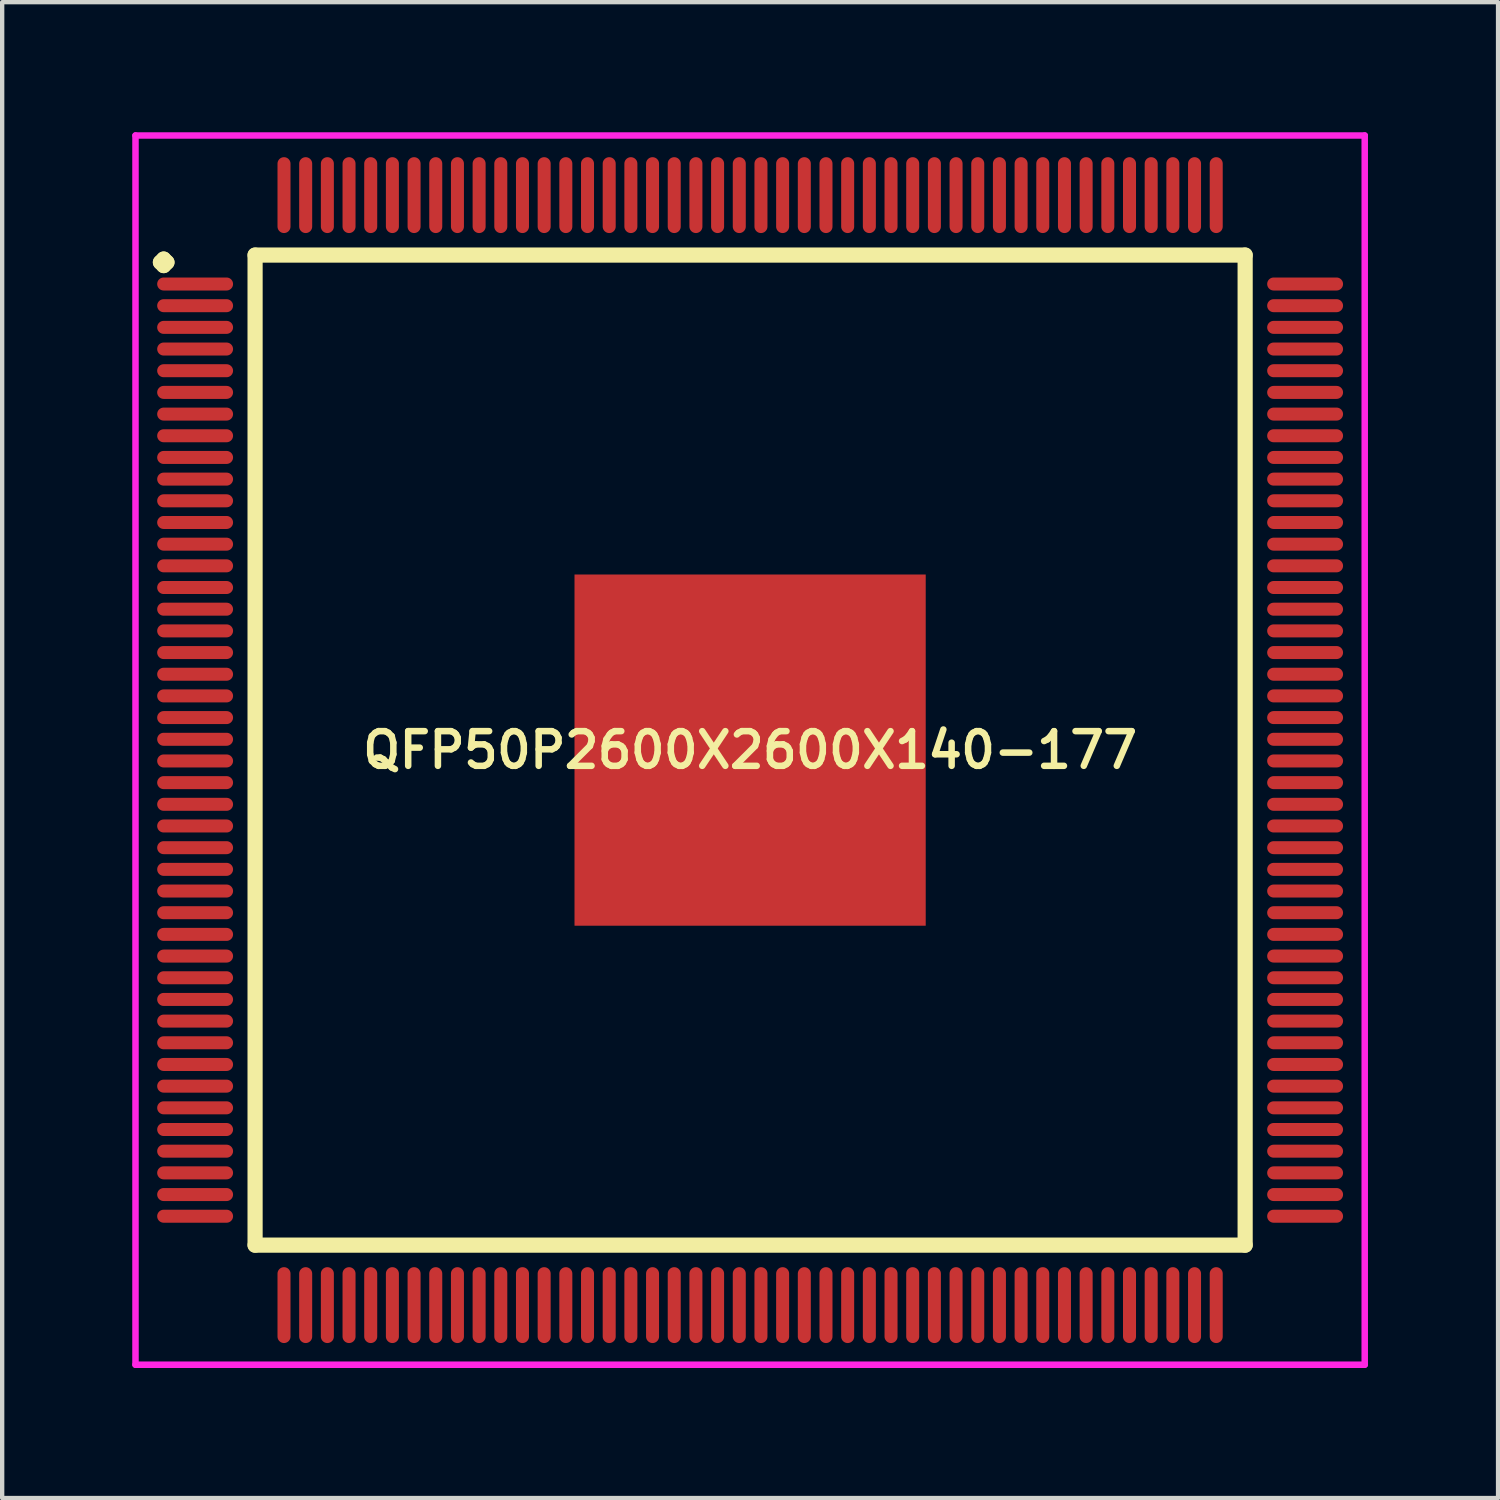
<source format=kicad_pcb>
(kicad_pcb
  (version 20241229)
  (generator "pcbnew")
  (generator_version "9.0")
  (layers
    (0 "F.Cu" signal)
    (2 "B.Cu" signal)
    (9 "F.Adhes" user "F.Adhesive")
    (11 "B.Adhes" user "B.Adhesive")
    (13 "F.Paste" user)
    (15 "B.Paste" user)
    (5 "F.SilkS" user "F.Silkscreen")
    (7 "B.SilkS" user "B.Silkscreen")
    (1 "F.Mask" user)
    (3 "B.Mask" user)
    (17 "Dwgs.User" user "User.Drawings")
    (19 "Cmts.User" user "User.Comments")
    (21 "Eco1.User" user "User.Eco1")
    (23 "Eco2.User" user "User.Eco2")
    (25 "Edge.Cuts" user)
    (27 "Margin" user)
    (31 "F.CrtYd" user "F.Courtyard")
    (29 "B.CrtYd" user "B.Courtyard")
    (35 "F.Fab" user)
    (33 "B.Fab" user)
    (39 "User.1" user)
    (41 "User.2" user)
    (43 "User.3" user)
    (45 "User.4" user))
  (footprint "QFP50P2600X2600X140-177"
    (layer "F.Cu")
    (at 14.25 14.25)
    (property "Reference" "QFP50P2600X2600X140-177" (at 0 0 0) (layer "F.SilkS") (effects (font (size 0.8 0.8) (thickness 0.15))))
    (attr through_hole)
    (fp_line (start -13.6 -11.25) (end -13.525 -11.325) (stroke (width 0.35) (type solid)) (layer "F.SilkS"))
    (fp_line (start -13.525 -11.325) (end -13.45 -11.25) (stroke (width 0.35) (type solid)) (layer "F.SilkS"))
    (fp_line (start -13.525 -11.175) (end -13.6 -11.25) (stroke (width 0.35) (type solid)) (layer "F.SilkS"))
    (fp_line (start -13.45 -11.25) (end -13.525 -11.175) (stroke (width 0.35) (type solid)) (layer "F.SilkS"))
    (fp_line (start -11.417 -11.417) (end -11.417 11.417) (stroke (width 0.35) (type solid)) (layer "F.SilkS"))
    (fp_line (start -11.417 11.417) (end 11.417 11.417) (stroke (width 0.35) (type solid)) (layer "F.SilkS"))
    (fp_line (start 11.417 -11.417) (end -11.417 -11.417) (stroke (width 0.35) (type solid)) (layer "F.SilkS"))
    (fp_line (start 11.417 11.417) (end 11.417 -11.417) (stroke (width 0.35) (type solid)) (layer "F.SilkS"))
    (fp_line (start -14.175 -14.175) (end 14.175 -14.175) (stroke (width 0.15) (type solid)) (layer "F.CrtYd"))
    (fp_line (start -14.175 14.175) (end -14.175 -14.175) (stroke (width 0.15) (type solid)) (layer "F.CrtYd"))
    (fp_line (start 14.175 -14.175) (end 14.175 14.175) (stroke (width 0.15) (type solid)) (layer "F.CrtYd"))
    (fp_line (start 14.175 14.175) (end -14.175 14.175) (stroke (width 0.15) (type solid)) (layer "F.CrtYd"))
    (pad "1" smd oval (at -12.8 -10.75) (size 1.75 0.3) (layers "F.Cu" "F.Mask" "F.Paste"))
    (pad "2" smd oval (at -12.8 -10.25) (size 1.75 0.3) (layers "F.Cu" "F.Mask" "F.Paste"))
    (pad "3" smd oval (at -12.8 -9.75) (size 1.75 0.3) (layers "F.Cu" "F.Mask" "F.Paste"))
    (pad "4" smd oval (at -12.8 -9.25) (size 1.75 0.3) (layers "F.Cu" "F.Mask" "F.Paste"))
    (pad "5" smd oval (at -12.8 -8.75) (size 1.75 0.3) (layers "F.Cu" "F.Mask" "F.Paste"))
    (pad "6" smd oval (at -12.8 -8.25) (size 1.75 0.3) (layers "F.Cu" "F.Mask" "F.Paste"))
    (pad "7" smd oval (at -12.8 -7.75) (size 1.75 0.3) (layers "F.Cu" "F.Mask" "F.Paste"))
    (pad "8" smd oval (at -12.8 -7.25) (size 1.75 0.3) (layers "F.Cu" "F.Mask" "F.Paste"))
    (pad "9" smd oval (at -12.8 -6.75) (size 1.75 0.3) (layers "F.Cu" "F.Mask" "F.Paste"))
    (pad "10" smd oval (at -12.8 -6.25) (size 1.75 0.3) (layers "F.Cu" "F.Mask" "F.Paste"))
    (pad "11" smd oval (at -12.8 -5.75) (size 1.75 0.3) (layers "F.Cu" "F.Mask" "F.Paste"))
    (pad "12" smd oval (at -12.8 -5.25) (size 1.75 0.3) (layers "F.Cu" "F.Mask" "F.Paste"))
    (pad "13" smd oval (at -12.8 -4.75) (size 1.75 0.3) (layers "F.Cu" "F.Mask" "F.Paste"))
    (pad "14" smd oval (at -12.8 -4.25) (size 1.75 0.3) (layers "F.Cu" "F.Mask" "F.Paste"))
    (pad "15" smd oval (at -12.8 -3.75) (size 1.75 0.3) (layers "F.Cu" "F.Mask" "F.Paste"))
    (pad "16" smd oval (at -12.8 -3.25) (size 1.75 0.3) (layers "F.Cu" "F.Mask" "F.Paste"))
    (pad "17" smd oval (at -12.8 -2.75) (size 1.75 0.3) (layers "F.Cu" "F.Mask" "F.Paste"))
    (pad "18" smd oval (at -12.8 -2.25) (size 1.75 0.3) (layers "F.Cu" "F.Mask" "F.Paste"))
    (pad "19" smd oval (at -12.8 -1.75) (size 1.75 0.3) (layers "F.Cu" "F.Mask" "F.Paste"))
    (pad "20" smd oval (at -12.8 -1.25) (size 1.75 0.3) (layers "F.Cu" "F.Mask" "F.Paste"))
    (pad "21" smd oval (at -12.8 -0.75) (size 1.75 0.3) (layers "F.Cu" "F.Mask" "F.Paste"))
    (pad "22" smd oval (at -12.8 -0.25) (size 1.75 0.3) (layers "F.Cu" "F.Mask" "F.Paste"))
    (pad "23" smd oval (at -12.8 0.25) (size 1.75 0.3) (layers "F.Cu" "F.Mask" "F.Paste"))
    (pad "24" smd oval (at -12.8 0.75) (size 1.75 0.3) (layers "F.Cu" "F.Mask" "F.Paste"))
    (pad "25" smd oval (at -12.8 1.25) (size 1.75 0.3) (layers "F.Cu" "F.Mask" "F.Paste"))
    (pad "26" smd oval (at -12.8 1.75) (size 1.75 0.3) (layers "F.Cu" "F.Mask" "F.Paste"))
    (pad "27" smd oval (at -12.8 2.25) (size 1.75 0.3) (layers "F.Cu" "F.Mask" "F.Paste"))
    (pad "28" smd oval (at -12.8 2.75) (size 1.75 0.3) (layers "F.Cu" "F.Mask" "F.Paste"))
    (pad "29" smd oval (at -12.8 3.25) (size 1.75 0.3) (layers "F.Cu" "F.Mask" "F.Paste"))
    (pad "30" smd oval (at -12.8 3.75) (size 1.75 0.3) (layers "F.Cu" "F.Mask" "F.Paste"))
    (pad "31" smd oval (at -12.8 4.25) (size 1.75 0.3) (layers "F.Cu" "F.Mask" "F.Paste"))
    (pad "32" smd oval (at -12.8 4.75) (size 1.75 0.3) (layers "F.Cu" "F.Mask" "F.Paste"))
    (pad "33" smd oval (at -12.8 5.25) (size 1.75 0.3) (layers "F.Cu" "F.Mask" "F.Paste"))
    (pad "34" smd oval (at -12.8 5.75) (size 1.75 0.3) (layers "F.Cu" "F.Mask" "F.Paste"))
    (pad "35" smd oval (at -12.8 6.25) (size 1.75 0.3) (layers "F.Cu" "F.Mask" "F.Paste"))
    (pad "36" smd oval (at -12.8 6.75) (size 1.75 0.3) (layers "F.Cu" "F.Mask" "F.Paste"))
    (pad "37" smd oval (at -12.8 7.25) (size 1.75 0.3) (layers "F.Cu" "F.Mask" "F.Paste"))
    (pad "38" smd oval (at -12.8 7.75) (size 1.75 0.3) (layers "F.Cu" "F.Mask" "F.Paste"))
    (pad "39" smd oval (at -12.8 8.25) (size 1.75 0.3) (layers "F.Cu" "F.Mask" "F.Paste"))
    (pad "40" smd oval (at -12.8 8.75) (size 1.75 0.3) (layers "F.Cu" "F.Mask" "F.Paste"))
    (pad "41" smd oval (at -12.8 9.25) (size 1.75 0.3) (layers "F.Cu" "F.Mask" "F.Paste"))
    (pad "42" smd oval (at -12.8 9.75) (size 1.75 0.3) (layers "F.Cu" "F.Mask" "F.Paste"))
    (pad "43" smd oval (at -12.8 10.25) (size 1.75 0.3) (layers "F.Cu" "F.Mask" "F.Paste"))
    (pad "44" smd oval (at -12.8 10.75) (size 1.75 0.3) (layers "F.Cu" "F.Mask" "F.Paste"))
    (pad "45" smd oval (at -10.75 12.8) (size 0.3 1.75) (layers "F.Cu" "F.Mask" "F.Paste"))
    (pad "46" smd oval (at -10.25 12.8) (size 0.3 1.75) (layers "F.Cu" "F.Mask" "F.Paste"))
    (pad "47" smd oval (at -9.75 12.8) (size 0.3 1.75) (layers "F.Cu" "F.Mask" "F.Paste"))
    (pad "48" smd oval (at -9.25 12.8) (size 0.3 1.75) (layers "F.Cu" "F.Mask" "F.Paste"))
    (pad "49" smd oval (at -8.75 12.8) (size 0.3 1.75) (layers "F.Cu" "F.Mask" "F.Paste"))
    (pad "50" smd oval (at -8.25 12.8) (size 0.3 1.75) (layers "F.Cu" "F.Mask" "F.Paste"))
    (pad "51" smd oval (at -7.75 12.8) (size 0.3 1.75) (layers "F.Cu" "F.Mask" "F.Paste"))
    (pad "52" smd oval (at -7.25 12.8) (size 0.3 1.75) (layers "F.Cu" "F.Mask" "F.Paste"))
    (pad "53" smd oval (at -6.75 12.8) (size 0.3 1.75) (layers "F.Cu" "F.Mask" "F.Paste"))
    (pad "54" smd oval (at -6.25 12.8) (size 0.3 1.75) (layers "F.Cu" "F.Mask" "F.Paste"))
    (pad "55" smd oval (at -5.75 12.8) (size 0.3 1.75) (layers "F.Cu" "F.Mask" "F.Paste"))
    (pad "56" smd oval (at -5.25 12.8) (size 0.3 1.75) (layers "F.Cu" "F.Mask" "F.Paste"))
    (pad "57" smd oval (at -4.75 12.8) (size 0.3 1.75) (layers "F.Cu" "F.Mask" "F.Paste"))
    (pad "58" smd oval (at -4.25 12.8) (size 0.3 1.75) (layers "F.Cu" "F.Mask" "F.Paste"))
    (pad "59" smd oval (at -3.75 12.8) (size 0.3 1.75) (layers "F.Cu" "F.Mask" "F.Paste"))
    (pad "60" smd oval (at -3.25 12.8) (size 0.3 1.75) (layers "F.Cu" "F.Mask" "F.Paste"))
    (pad "61" smd oval (at -2.75 12.8) (size 0.3 1.75) (layers "F.Cu" "F.Mask" "F.Paste"))
    (pad "62" smd oval (at -2.25 12.8) (size 0.3 1.75) (layers "F.Cu" "F.Mask" "F.Paste"))
    (pad "63" smd oval (at -1.75 12.8) (size 0.3 1.75) (layers "F.Cu" "F.Mask" "F.Paste"))
    (pad "64" smd oval (at -1.25 12.8) (size 0.3 1.75) (layers "F.Cu" "F.Mask" "F.Paste"))
    (pad "65" smd oval (at -0.75 12.8) (size 0.3 1.75) (layers "F.Cu" "F.Mask" "F.Paste"))
    (pad "66" smd oval (at -0.25 12.8) (size 0.3 1.75) (layers "F.Cu" "F.Mask" "F.Paste"))
    (pad "67" smd oval (at 0.25 12.8) (size 0.3 1.75) (layers "F.Cu" "F.Mask" "F.Paste"))
    (pad "68" smd oval (at 0.75 12.8) (size 0.3 1.75) (layers "F.Cu" "F.Mask" "F.Paste"))
    (pad "69" smd oval (at 1.25 12.8) (size 0.3 1.75) (layers "F.Cu" "F.Mask" "F.Paste"))
    (pad "70" smd oval (at 1.75 12.8) (size 0.3 1.75) (layers "F.Cu" "F.Mask" "F.Paste"))
    (pad "71" smd oval (at 2.25 12.8) (size 0.3 1.75) (layers "F.Cu" "F.Mask" "F.Paste"))
    (pad "72" smd oval (at 2.75 12.8) (size 0.3 1.75) (layers "F.Cu" "F.Mask" "F.Paste"))
    (pad "73" smd oval (at 3.25 12.8) (size 0.3 1.75) (layers "F.Cu" "F.Mask" "F.Paste"))
    (pad "74" smd oval (at 3.75 12.8) (size 0.3 1.75) (layers "F.Cu" "F.Mask" "F.Paste"))
    (pad "75" smd oval (at 4.25 12.8) (size 0.3 1.75) (layers "F.Cu" "F.Mask" "F.Paste"))
    (pad "76" smd oval (at 4.75 12.8) (size 0.3 1.75) (layers "F.Cu" "F.Mask" "F.Paste"))
    (pad "77" smd oval (at 5.25 12.8) (size 0.3 1.75) (layers "F.Cu" "F.Mask" "F.Paste"))
    (pad "78" smd oval (at 5.75 12.8) (size 0.3 1.75) (layers "F.Cu" "F.Mask" "F.Paste"))
    (pad "79" smd oval (at 6.25 12.8) (size 0.3 1.75) (layers "F.Cu" "F.Mask" "F.Paste"))
    (pad "80" smd oval (at 6.75 12.8) (size 0.3 1.75) (layers "F.Cu" "F.Mask" "F.Paste"))
    (pad "81" smd oval (at 7.25 12.8) (size 0.3 1.75) (layers "F.Cu" "F.Mask" "F.Paste"))
    (pad "82" smd oval (at 7.75 12.8) (size 0.3 1.75) (layers "F.Cu" "F.Mask" "F.Paste"))
    (pad "83" smd oval (at 8.25 12.8) (size 0.3 1.75) (layers "F.Cu" "F.Mask" "F.Paste"))
    (pad "84" smd oval (at 8.75 12.8) (size 0.3 1.75) (layers "F.Cu" "F.Mask" "F.Paste"))
    (pad "85" smd oval (at 9.25 12.8) (size 0.3 1.75) (layers "F.Cu" "F.Mask" "F.Paste"))
    (pad "86" smd oval (at 9.75 12.8) (size 0.3 1.75) (layers "F.Cu" "F.Mask" "F.Paste"))
    (pad "87" smd oval (at 10.25 12.8) (size 0.3 1.75) (layers "F.Cu" "F.Mask" "F.Paste"))
    (pad "88" smd oval (at 10.75 12.8) (size 0.3 1.75) (layers "F.Cu" "F.Mask" "F.Paste"))
    (pad "89" smd oval (at 12.8 10.75) (size 1.75 0.3) (layers "F.Cu" "F.Mask" "F.Paste"))
    (pad "90" smd oval (at 12.8 10.25) (size 1.75 0.3) (layers "F.Cu" "F.Mask" "F.Paste"))
    (pad "91" smd oval (at 12.8 9.75) (size 1.75 0.3) (layers "F.Cu" "F.Mask" "F.Paste"))
    (pad "92" smd oval (at 12.8 9.25) (size 1.75 0.3) (layers "F.Cu" "F.Mask" "F.Paste"))
    (pad "93" smd oval (at 12.8 8.75) (size 1.75 0.3) (layers "F.Cu" "F.Mask" "F.Paste"))
    (pad "94" smd oval (at 12.8 8.25) (size 1.75 0.3) (layers "F.Cu" "F.Mask" "F.Paste"))
    (pad "95" smd oval (at 12.8 7.75) (size 1.75 0.3) (layers "F.Cu" "F.Mask" "F.Paste"))
    (pad "96" smd oval (at 12.8 7.25) (size 1.75 0.3) (layers "F.Cu" "F.Mask" "F.Paste"))
    (pad "97" smd oval (at 12.8 6.75) (size 1.75 0.3) (layers "F.Cu" "F.Mask" "F.Paste"))
    (pad "98" smd oval (at 12.8 6.25) (size 1.75 0.3) (layers "F.Cu" "F.Mask" "F.Paste"))
    (pad "99" smd oval (at 12.8 5.75) (size 1.75 0.3) (layers "F.Cu" "F.Mask" "F.Paste"))
    (pad "100" smd oval (at 12.8 5.25) (size 1.75 0.3) (layers "F.Cu" "F.Mask" "F.Paste"))
    (pad "101" smd oval (at 12.8 4.75) (size 1.75 0.3) (layers "F.Cu" "F.Mask" "F.Paste"))
    (pad "102" smd oval (at 12.8 4.25) (size 1.75 0.3) (layers "F.Cu" "F.Mask" "F.Paste"))
    (pad "103" smd oval (at 12.8 3.75) (size 1.75 0.3) (layers "F.Cu" "F.Mask" "F.Paste"))
    (pad "104" smd oval (at 12.8 3.25) (size 1.75 0.3) (layers "F.Cu" "F.Mask" "F.Paste"))
    (pad "105" smd oval (at 12.8 2.75) (size 1.75 0.3) (layers "F.Cu" "F.Mask" "F.Paste"))
    (pad "106" smd oval (at 12.8 2.25) (size 1.75 0.3) (layers "F.Cu" "F.Mask" "F.Paste"))
    (pad "107" smd oval (at 12.8 1.75) (size 1.75 0.3) (layers "F.Cu" "F.Mask" "F.Paste"))
    (pad "108" smd oval (at 12.8 1.25) (size 1.75 0.3) (layers "F.Cu" "F.Mask" "F.Paste"))
    (pad "109" smd oval (at 12.8 0.75) (size 1.75 0.3) (layers "F.Cu" "F.Mask" "F.Paste"))
    (pad "110" smd oval (at 12.8 0.25) (size 1.75 0.3) (layers "F.Cu" "F.Mask" "F.Paste"))
    (pad "111" smd oval (at 12.8 -0.25) (size 1.75 0.3) (layers "F.Cu" "F.Mask" "F.Paste"))
    (pad "112" smd oval (at 12.8 -0.75) (size 1.75 0.3) (layers "F.Cu" "F.Mask" "F.Paste"))
    (pad "113" smd oval (at 12.8 -1.25) (size 1.75 0.3) (layers "F.Cu" "F.Mask" "F.Paste"))
    (pad "114" smd oval (at 12.8 -1.75) (size 1.75 0.3) (layers "F.Cu" "F.Mask" "F.Paste"))
    (pad "115" smd oval (at 12.8 -2.25) (size 1.75 0.3) (layers "F.Cu" "F.Mask" "F.Paste"))
    (pad "116" smd oval (at 12.8 -2.75) (size 1.75 0.3) (layers "F.Cu" "F.Mask" "F.Paste"))
    (pad "117" smd oval (at 12.8 -3.25) (size 1.75 0.3) (layers "F.Cu" "F.Mask" "F.Paste"))
    (pad "118" smd oval (at 12.8 -3.75) (size 1.75 0.3) (layers "F.Cu" "F.Mask" "F.Paste"))
    (pad "119" smd oval (at 12.8 -4.25) (size 1.75 0.3) (layers "F.Cu" "F.Mask" "F.Paste"))
    (pad "120" smd oval (at 12.8 -4.75) (size 1.75 0.3) (layers "F.Cu" "F.Mask" "F.Paste"))
    (pad "121" smd oval (at 12.8 -5.25) (size 1.75 0.3) (layers "F.Cu" "F.Mask" "F.Paste"))
    (pad "122" smd oval (at 12.8 -5.75) (size 1.75 0.3) (layers "F.Cu" "F.Mask" "F.Paste"))
    (pad "123" smd oval (at 12.8 -6.25) (size 1.75 0.3) (layers "F.Cu" "F.Mask" "F.Paste"))
    (pad "124" smd oval (at 12.8 -6.75) (size 1.75 0.3) (layers "F.Cu" "F.Mask" "F.Paste"))
    (pad "125" smd oval (at 12.8 -7.25) (size 1.75 0.3) (layers "F.Cu" "F.Mask" "F.Paste"))
    (pad "126" smd oval (at 12.8 -7.75) (size 1.75 0.3) (layers "F.Cu" "F.Mask" "F.Paste"))
    (pad "127" smd oval (at 12.8 -8.25) (size 1.75 0.3) (layers "F.Cu" "F.Mask" "F.Paste"))
    (pad "128" smd oval (at 12.8 -8.75) (size 1.75 0.3) (layers "F.Cu" "F.Mask" "F.Paste"))
    (pad "129" smd oval (at 12.8 -9.25) (size 1.75 0.3) (layers "F.Cu" "F.Mask" "F.Paste"))
    (pad "130" smd oval (at 12.8 -9.75) (size 1.75 0.3) (layers "F.Cu" "F.Mask" "F.Paste"))
    (pad "131" smd oval (at 12.8 -10.25) (size 1.75 0.3) (layers "F.Cu" "F.Mask" "F.Paste"))
    (pad "132" smd oval (at 12.8 -10.75) (size 1.75 0.3) (layers "F.Cu" "F.Mask" "F.Paste"))
    (pad "133" smd oval (at 10.75 -12.8) (size 0.3 1.75) (layers "F.Cu" "F.Mask" "F.Paste"))
    (pad "134" smd oval (at 10.25 -12.8) (size 0.3 1.75) (layers "F.Cu" "F.Mask" "F.Paste"))
    (pad "135" smd oval (at 9.75 -12.8) (size 0.3 1.75) (layers "F.Cu" "F.Mask" "F.Paste"))
    (pad "136" smd oval (at 9.25 -12.8) (size 0.3 1.75) (layers "F.Cu" "F.Mask" "F.Paste"))
    (pad "137" smd oval (at 8.75 -12.8) (size 0.3 1.75) (layers "F.Cu" "F.Mask" "F.Paste"))
    (pad "138" smd oval (at 8.25 -12.8) (size 0.3 1.75) (layers "F.Cu" "F.Mask" "F.Paste"))
    (pad "139" smd oval (at 7.75 -12.8) (size 0.3 1.75) (layers "F.Cu" "F.Mask" "F.Paste"))
    (pad "140" smd oval (at 7.25 -12.8) (size 0.3 1.75) (layers "F.Cu" "F.Mask" "F.Paste"))
    (pad "141" smd oval (at 6.75 -12.8) (size 0.3 1.75) (layers "F.Cu" "F.Mask" "F.Paste"))
    (pad "142" smd oval (at 6.25 -12.8) (size 0.3 1.75) (layers "F.Cu" "F.Mask" "F.Paste"))
    (pad "143" smd oval (at 5.75 -12.8) (size 0.3 1.75) (layers "F.Cu" "F.Mask" "F.Paste"))
    (pad "144" smd oval (at 5.25 -12.8) (size 0.3 1.75) (layers "F.Cu" "F.Mask" "F.Paste"))
    (pad "145" smd oval (at 4.75 -12.8) (size 0.3 1.75) (layers "F.Cu" "F.Mask" "F.Paste"))
    (pad "146" smd oval (at 4.25 -12.8) (size 0.3 1.75) (layers "F.Cu" "F.Mask" "F.Paste"))
    (pad "147" smd oval (at 3.75 -12.8) (size 0.3 1.75) (layers "F.Cu" "F.Mask" "F.Paste"))
    (pad "148" smd oval (at 3.25 -12.8) (size 0.3 1.75) (layers "F.Cu" "F.Mask" "F.Paste"))
    (pad "149" smd oval (at 2.75 -12.8) (size 0.3 1.75) (layers "F.Cu" "F.Mask" "F.Paste"))
    (pad "150" smd oval (at 2.25 -12.8) (size 0.3 1.75) (layers "F.Cu" "F.Mask" "F.Paste"))
    (pad "151" smd oval (at 1.75 -12.8) (size 0.3 1.75) (layers "F.Cu" "F.Mask" "F.Paste"))
    (pad "152" smd oval (at 1.25 -12.8) (size 0.3 1.75) (layers "F.Cu" "F.Mask" "F.Paste"))
    (pad "153" smd oval (at 0.75 -12.8) (size 0.3 1.75) (layers "F.Cu" "F.Mask" "F.Paste"))
    (pad "154" smd oval (at 0.25 -12.8) (size 0.3 1.75) (layers "F.Cu" "F.Mask" "F.Paste"))
    (pad "155" smd oval (at -0.25 -12.8) (size 0.3 1.75) (layers "F.Cu" "F.Mask" "F.Paste"))
    (pad "156" smd oval (at -0.75 -12.8) (size 0.3 1.75) (layers "F.Cu" "F.Mask" "F.Paste"))
    (pad "157" smd oval (at -1.25 -12.8) (size 0.3 1.75) (layers "F.Cu" "F.Mask" "F.Paste"))
    (pad "158" smd oval (at -1.75 -12.8) (size 0.3 1.75) (layers "F.Cu" "F.Mask" "F.Paste"))
    (pad "159" smd oval (at -2.25 -12.8) (size 0.3 1.75) (layers "F.Cu" "F.Mask" "F.Paste"))
    (pad "160" smd oval (at -2.75 -12.8) (size 0.3 1.75) (layers "F.Cu" "F.Mask" "F.Paste"))
    (pad "161" smd oval (at -3.25 -12.8) (size 0.3 1.75) (layers "F.Cu" "F.Mask" "F.Paste"))
    (pad "162" smd oval (at -3.75 -12.8) (size 0.3 1.75) (layers "F.Cu" "F.Mask" "F.Paste"))
    (pad "163" smd oval (at -4.25 -12.8) (size 0.3 1.75) (layers "F.Cu" "F.Mask" "F.Paste"))
    (pad "164" smd oval (at -4.75 -12.8) (size 0.3 1.75) (layers "F.Cu" "F.Mask" "F.Paste"))
    (pad "165" smd oval (at -5.25 -12.8) (size 0.3 1.75) (layers "F.Cu" "F.Mask" "F.Paste"))
    (pad "166" smd oval (at -5.75 -12.8) (size 0.3 1.75) (layers "F.Cu" "F.Mask" "F.Paste"))
    (pad "167" smd oval (at -6.25 -12.8) (size 0.3 1.75) (layers "F.Cu" "F.Mask" "F.Paste"))
    (pad "168" smd oval (at -6.75 -12.8) (size 0.3 1.75) (layers "F.Cu" "F.Mask" "F.Paste"))
    (pad "169" smd oval (at -7.25 -12.8) (size 0.3 1.75) (layers "F.Cu" "F.Mask" "F.Paste"))
    (pad "170" smd oval (at -7.75 -12.8) (size 0.3 1.75) (layers "F.Cu" "F.Mask" "F.Paste"))
    (pad "171" smd oval (at -8.25 -12.8) (size 0.3 1.75) (layers "F.Cu" "F.Mask" "F.Paste"))
    (pad "172" smd oval (at -8.75 -12.8) (size 0.3 1.75) (layers "F.Cu" "F.Mask" "F.Paste"))
    (pad "173" smd oval (at -9.25 -12.8) (size 0.3 1.75) (layers "F.Cu" "F.Mask" "F.Paste"))
    (pad "174" smd oval (at -9.75 -12.8) (size 0.3 1.75) (layers "F.Cu" "F.Mask" "F.Paste"))
    (pad "175" smd oval (at -10.25 -12.8) (size 0.3 1.75) (layers "F.Cu" "F.Mask" "F.Paste"))
    (pad "176" smd oval (at -10.75 -12.8) (size 0.3 1.75) (layers "F.Cu" "F.Mask" "F.Paste"))
    (pad "177" smd rect (at 0 0) (size 8.1 8.1) (layers "F.Cu" "F.Mask" "F.Paste")))
  (gr_rect
    (start -3 -3)
    (end 31.5 31.5)
    (stroke (width 0.1) (type default))
    (fill no)
    (layer "Edge.Cuts")))
</source>
